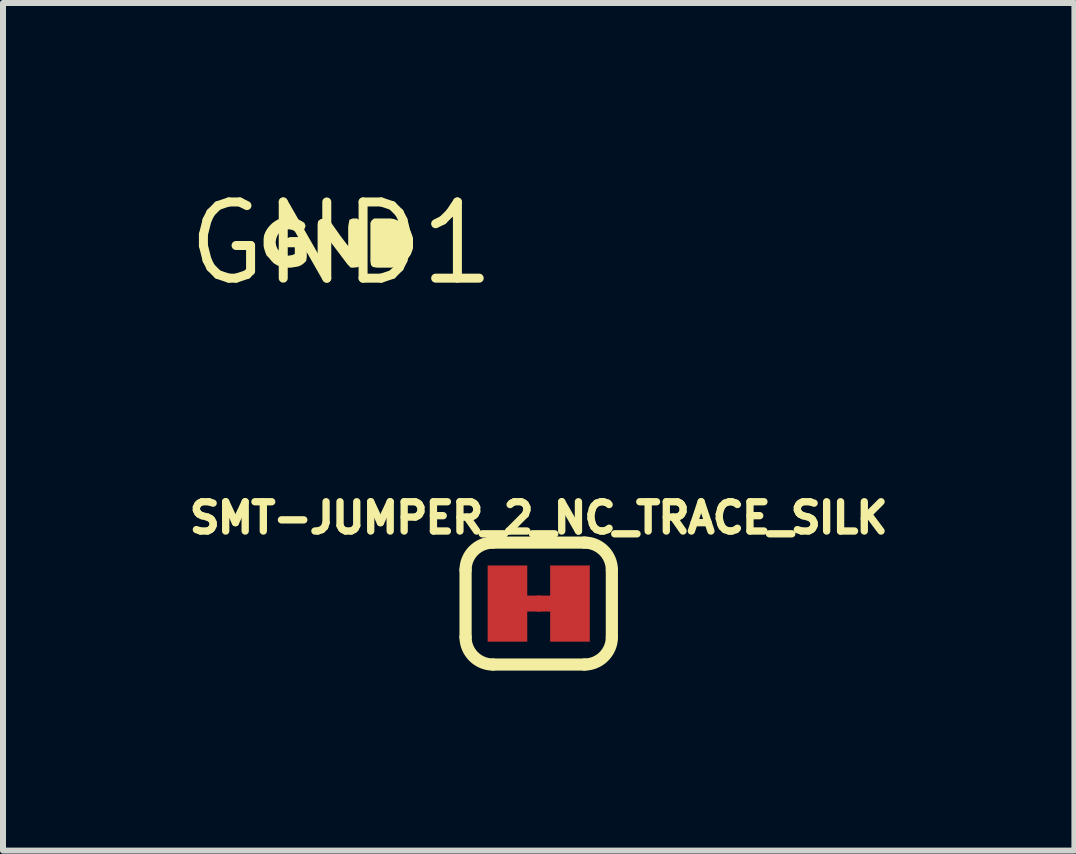
<source format=kicad_pcb>
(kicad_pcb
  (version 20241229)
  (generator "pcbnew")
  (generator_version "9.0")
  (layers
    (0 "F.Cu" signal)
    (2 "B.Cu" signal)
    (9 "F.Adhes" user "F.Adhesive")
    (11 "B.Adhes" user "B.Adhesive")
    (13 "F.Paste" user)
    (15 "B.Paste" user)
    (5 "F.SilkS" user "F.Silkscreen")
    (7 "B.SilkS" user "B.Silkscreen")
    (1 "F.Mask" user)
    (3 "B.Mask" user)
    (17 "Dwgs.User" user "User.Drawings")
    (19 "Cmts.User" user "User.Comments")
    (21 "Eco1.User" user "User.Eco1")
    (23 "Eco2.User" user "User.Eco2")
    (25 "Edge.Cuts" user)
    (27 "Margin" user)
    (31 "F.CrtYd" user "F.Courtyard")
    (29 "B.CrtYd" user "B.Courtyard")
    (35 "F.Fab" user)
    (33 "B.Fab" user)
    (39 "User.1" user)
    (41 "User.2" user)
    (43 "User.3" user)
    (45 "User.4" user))
  (footprint "GND1"
    (layer "F.Cu")
    (at 2.638 1.006)
    (property "Reference" "GND1" (at 0 0 0) (layer "F.SilkS") (effects (font (size 1.27 1.27) (thickness 0.15))))
    (fp_poly (pts (xy -0.217 -0.394) (xy -0.176 -0.353) (xy -0.006 -0.113) (xy 0.115 0.045) (xy 0.115 -0.28) (xy 0.125 -0.341) (xy 0.136 -0.394) (xy 0.189 -0.415) (xy 0.262 -0.415) (xy 0.304 -0.383) (xy 0.325 -0.331) (xy 0.325 0.3) (xy 0.315 0.362) (xy 0.282 0.395) (xy 0.21 0.405) (xy 0.158 0.405) (xy 0.106 0.353) (xy -0.195 -0.045) (xy -0.195 0.341) (xy -0.216 0.384) (xy -0.269 0.405) (xy -0.342 0.405) (xy -0.385 0.373) (xy -0.395 0.32) (xy -0.395 -0.32) (xy -0.385 -0.373) (xy -0.342 -0.405) (xy -0.28 -0.415)) (stroke (width 0) (type default)) (fill yes) (layer "F.SilkS"))
    (fp_poly (pts (xy 0.881 -0.405) (xy 0.932 -0.385) (xy 0.982 -0.364) (xy 1.033 -0.334) (xy 1.083 -0.294) (xy 1.124 -0.253) (xy 1.154 -0.202) (xy 1.175 -0.152) (xy 1.195 -0.091) (xy 1.195 0.081) (xy 1.175 0.142) (xy 1.154 0.192) (xy 1.124 0.233) (xy 1.084 0.283) (xy 1.043 0.324) (xy 0.993 0.354) (xy 0.946 0.382) (xy 0.947 0.384) (xy 0.942 0.385) (xy 0.938 0.387) (xy 0.937 0.386) (xy 0.881 0.395) (xy 0.83 0.405) (xy 0.6 0.405) (xy 0.528 0.395) (xy 0.495 0.362) (xy 0.485 0.3) (xy 0.485 -0.341) (xy 0.506 -0.383) (xy 0.548 -0.415) (xy 0.82 -0.415)) (stroke (width 0) (type default)) (fill yes) (layer "F.SilkS"))
    (fp_poly (pts (xy -0.779 -0.425) (xy -0.728 -0.405) (xy -0.668 -0.374) (xy -0.616 -0.343) (xy -0.595 -0.29) (xy -0.616 -0.237) (xy -0.667 -0.185) (xy -0.71 -0.175) (xy -0.821 -0.225) (xy -0.88 -0.235) (xy -0.939 -0.225) (xy -0.988 -0.206) (xy -1.036 -0.176) (xy -1.066 -0.128) (xy -1.085 -0.079) (xy -1.095 -0.02) (xy -1.085 0.039) (xy -1.066 0.087) (xy -1.026 0.137) (xy -0.987 0.176) (xy -0.939 0.195) (xy -0.88 0.205) (xy -0.821 0.195) (xy -0.775 0.177) (xy -0.775 0.065) (xy -0.892 0.065) (xy -0.935 0.033) (xy -0.935 -0.031) (xy -0.914 -0.084) (xy -0.851 -0.105) (xy -0.68 -0.105) (xy -0.618 -0.095) (xy -0.585 -0.062) (xy -0.575 -0.000414) (xy -0.575 0.23) (xy -0.585 0.292) (xy -0.627 0.334) (xy -0.668 0.364) (xy -0.719 0.385) (xy -0.779 0.395) (xy -0.84 0.405) (xy -0.961 0.405) (xy -1.022 0.385) (xy -1.072 0.364) (xy -1.123 0.334) (xy -1.164 0.293) (xy -1.204 0.243) (xy -1.244 0.203) (xy -1.265 0.152) (xy -1.285 0.091) (xy -1.295 0.04) (xy -1.295 -0.08) (xy -1.285 -0.141) (xy -1.264 -0.192) (xy -1.234 -0.243) (xy -1.194 -0.293) (xy -1.153 -0.334) (xy -1.113 -0.364) (xy -1.062 -0.395) (xy -1.002 -0.415) (xy -0.951 -0.435) (xy -0.83 -0.435)) (stroke (width 0) (type default)) (fill yes) (layer "F.SilkS")))
  (footprint "SMT-JUMPER_2_NC_TRACE_SILK"
    (layer "F.Cu")
    (at 5.928 7.009)
    (property "Reference" "SMT-JUMPER_2_NC_TRACE_SILK" (at 0 -1.143 0) (layer "F.SilkS") (effects (font (size 0.488 0.488) (thickness 0.122)) (justify bottom)))
    (fp_poly (pts (xy 0.032 0.133) (xy -0.705 0.133) (xy -0.705 -0.133) (xy 0.032 -0.133)) (stroke (width 0) (type default)) (fill yes) (layer "F.Cu"))
    (fp_poly (pts (xy 0.705 0.133) (xy -0.032 0.133) (xy -0.032 -0.133) (xy 0.705 -0.133)) (stroke (width 0) (type default)) (fill yes) (layer "F.Cu"))
    (fp_poly (pts (xy 0.254 0.191) (xy -0.254 0.191) (xy -0.254 -0.191) (xy 0.254 -0.191)) (stroke (width 0) (type default)) (fill yes) (layer "F.Mask"))
    (fp_line (start -1.219 0.559) (end -1.219 -0.559) (stroke (width 0.203) (type solid)) (layer "F.SilkS"))
    (fp_line (start -0.762 -1.016) (end 0.762 -1.016) (stroke (width 0.203) (type solid)) (layer "F.SilkS"))
    (fp_line (start 0.762 1.016) (end -0.762 1.016) (stroke (width 0.203) (type solid)) (layer "F.SilkS"))
    (fp_line (start 1.219 0.559) (end 1.219 -0.559) (stroke (width 0.203) (type solid)) (layer "F.SilkS"))
    (fp_arc (start -1.2192 -0.5588) (mid -1.085289 -0.882089) (end -0.762 -1.016) (stroke (width 0.2032) (type solid)) (layer "F.SilkS"))
    (fp_arc (start -0.762 1.016) (mid -1.085289 0.882089) (end -1.2192 0.5588) (stroke (width 0.2032) (type solid)) (layer "F.SilkS"))
    (fp_arc (start 0.762 -1.016) (mid 1.085289 -0.882089) (end 1.2192 -0.5588) (stroke (width 0.2032) (type solid)) (layer "F.SilkS"))
    (fp_arc (start 1.2192 0.5588) (mid 1.085289 0.882089) (end 0.762 1.016) (stroke (width 0.2032) (type solid)) (layer "F.SilkS"))
    (pad "1" smd rect (at -0.521 0) (size 0.66 1.27) (layers "F.Cu" "F.Mask"))
    (pad "2" smd rect (at 0.521 0) (size 0.66 1.27) (layers "F.Cu" "F.Mask")))
  (gr_rect
    (start -3 -3)
    (end 14.856 11.126)
    (stroke (width 0.1) (type default))
    (fill no)
    (layer "Edge.Cuts")))
</source>
